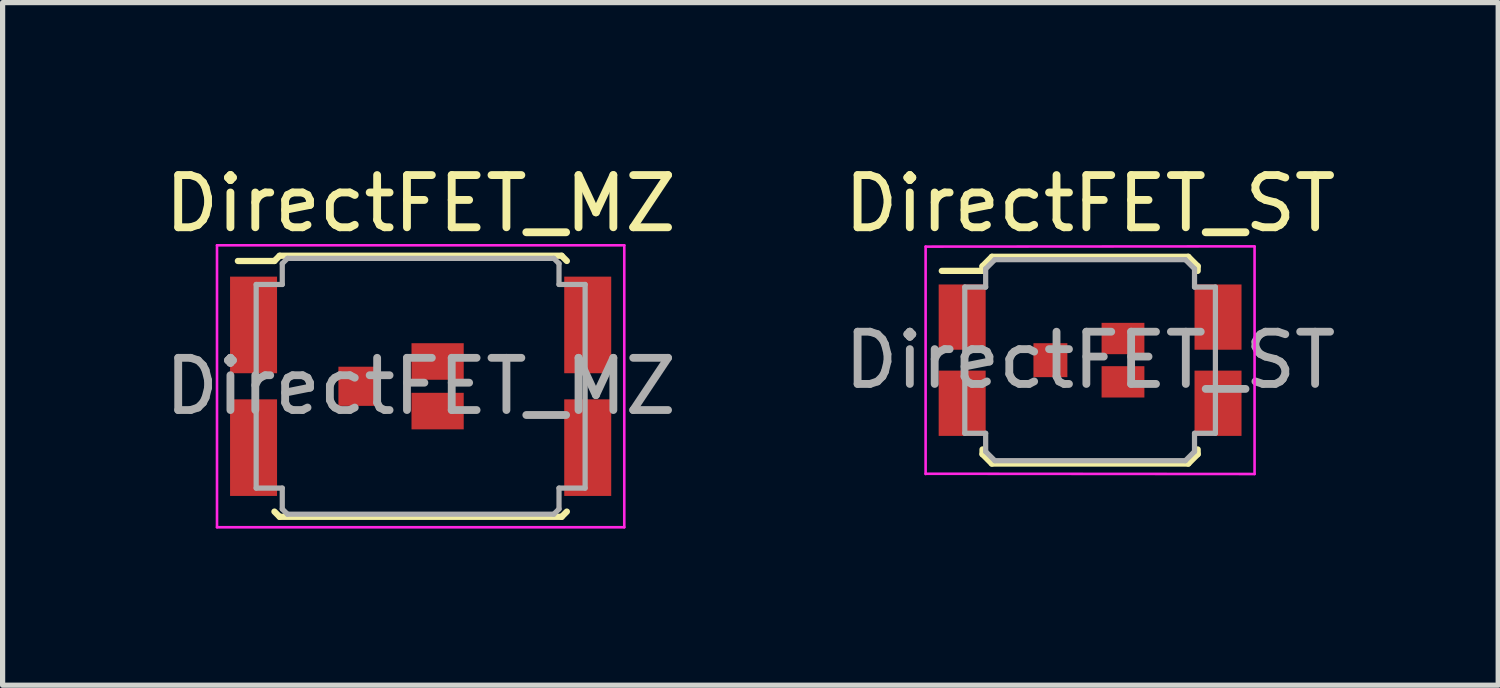
<source format=kicad_pcb>
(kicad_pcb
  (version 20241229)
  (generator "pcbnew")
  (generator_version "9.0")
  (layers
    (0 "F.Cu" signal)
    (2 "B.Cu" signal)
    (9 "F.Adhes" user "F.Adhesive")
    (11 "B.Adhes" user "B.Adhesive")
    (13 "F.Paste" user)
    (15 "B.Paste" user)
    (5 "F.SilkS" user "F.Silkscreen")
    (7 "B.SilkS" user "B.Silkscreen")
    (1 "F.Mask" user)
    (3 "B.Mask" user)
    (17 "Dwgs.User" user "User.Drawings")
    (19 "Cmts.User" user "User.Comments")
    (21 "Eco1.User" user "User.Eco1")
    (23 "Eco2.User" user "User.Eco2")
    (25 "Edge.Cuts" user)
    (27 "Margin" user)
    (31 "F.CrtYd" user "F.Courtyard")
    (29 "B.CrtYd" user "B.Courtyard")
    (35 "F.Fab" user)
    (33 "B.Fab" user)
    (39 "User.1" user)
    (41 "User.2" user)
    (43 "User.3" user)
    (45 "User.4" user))
  (footprint "DirectFET_ST"
    (layer "F.Cu")
    (at 17.827 3.848)
    (property "Reference" "DirectFET_ST" (at 0 -3 0) (layer "F.SilkS") (effects (font (size 1 1) (thickness 0.15))))
    (attr smd)
    (fp_line (start -2.84 -1.71) (end -2.06 -1.71) (stroke (width 0.12) (type solid)) (layer "F.SilkS"))
    (fp_line (start -2.06 -1.8) (end -1.88 -1.98) (stroke (width 0.12) (type solid)) (layer "F.SilkS"))
    (fp_line (start -2.06 -1.71) (end -2.06 -1.8) (stroke (width 0.12) (type solid)) (layer "F.SilkS"))
    (fp_line (start -2.06 1.71) (end -2.06 1.8) (stroke (width 0.12) (type solid)) (layer "F.SilkS"))
    (fp_line (start -2.06 1.8) (end -1.88 1.98) (stroke (width 0.12) (type solid)) (layer "F.SilkS"))
    (fp_line (start -1.88 -1.98) (end 1.88 -1.98) (stroke (width 0.12) (type solid)) (layer "F.SilkS"))
    (fp_line (start -1.88 1.98) (end 1.88 1.98) (stroke (width 0.12) (type solid)) (layer "F.SilkS"))
    (fp_line (start 2.06 -1.8) (end 1.88 -1.98) (stroke (width 0.12) (type solid)) (layer "F.SilkS"))
    (fp_line (start 2.06 -1.71) (end 2.06 -1.8) (stroke (width 0.12) (type solid)) (layer "F.SilkS"))
    (fp_line (start 2.06 1.71) (end 2.06 1.8) (stroke (width 0.12) (type solid)) (layer "F.SilkS"))
    (fp_line (start 2.06 1.8) (end 1.88 1.98) (stroke (width 0.12) (type solid)) (layer "F.SilkS"))
    (fp_line (start -3.15 -2.175) (end -3.15 2.18) (stroke (width 0.05) (type solid)) (layer "F.CrtYd"))
    (fp_line (start -3.15 -2.175) (end 3.15 -2.18) (stroke (width 0.05) (type solid)) (layer "F.CrtYd"))
    (fp_line (start -3.15 2.175) (end 3.15 2.18) (stroke (width 0.05) (type solid)) (layer "F.CrtYd"))
    (fp_line (start 3.15 -2.175) (end 3.15 2.18) (stroke (width 0.05) (type solid)) (layer "F.CrtYd"))
    (fp_line (start -2.4 -1.4) (end -2 -1.4) (stroke (width 0.1) (type solid)) (layer "F.Fab"))
    (fp_line (start -2.4 1.4) (end -2.4 -1.4) (stroke (width 0.1) (type solid)) (layer "F.Fab"))
    (fp_line (start -2.4 1.4) (end -2 1.4) (stroke (width 0.1) (type solid)) (layer "F.Fab"))
    (fp_line (start -2 -1.75) (end -1.825 -1.925) (stroke (width 0.1) (type solid)) (layer "F.Fab"))
    (fp_line (start -2 -1.4) (end -2 -1.75) (stroke (width 0.1) (type solid)) (layer "F.Fab"))
    (fp_line (start -2 1.4) (end -2 1.75) (stroke (width 0.1) (type solid)) (layer "F.Fab"))
    (fp_line (start -2 1.75) (end -1.825 1.925) (stroke (width 0.1) (type solid)) (layer "F.Fab"))
    (fp_line (start -1.825 -1.925) (end 1.825 -1.925) (stroke (width 0.1) (type solid)) (layer "F.Fab"))
    (fp_line (start -1.825 1.925) (end 1.825 1.925) (stroke (width 0.1) (type solid)) (layer "F.Fab"))
    (fp_line (start 1.825 -1.925) (end 2 -1.75) (stroke (width 0.1) (type solid)) (layer "F.Fab"))
    (fp_line (start 1.825 1.925) (end 2 1.75) (stroke (width 0.1) (type solid)) (layer "F.Fab"))
    (fp_line (start 2 -1.4) (end 2 -1.75) (stroke (width 0.1) (type solid)) (layer "F.Fab"))
    (fp_line (start 2 1.4) (end 2 1.75) (stroke (width 0.1) (type solid)) (layer "F.Fab"))
    (fp_line (start 2.4 -1.4) (end 2 -1.4) (stroke (width 0.1) (type solid)) (layer "F.Fab"))
    (fp_line (start 2.4 1.4) (end 2 1.4) (stroke (width 0.1) (type solid)) (layer "F.Fab"))
    (fp_line (start 2.4 1.4) (end 2.4 -1.4) (stroke (width 0.1) (type solid)) (layer "F.Fab"))
    (fp_text user "${REFERENCE}" (at 0 0 0) (layer "F.Fab") (effects (font (size 1 1) (thickness 0.15))))
    (pad "1" smd rect (at -2.45 -0.825) (size 0.9 1.25) (layers "F.Cu" "F.Mask" "F.Paste"))
    (pad "1" smd rect (at -2.45 0.825) (size 0.9 1.25) (layers "F.Cu" "F.Mask" "F.Paste"))
    (pad "1" smd rect (at 2.45 -0.825) (size 0.9 1.25) (layers "F.Cu" "F.Mask" "F.Paste"))
    (pad "1" smd rect (at 2.45 0.825) (size 0.9 1.25) (layers "F.Cu" "F.Mask" "F.Paste"))
    (pad "2" smd rect (at -0.76 0) (size 0.65 0.65) (layers "F.Cu" "F.Mask" "F.Paste"))
    (pad "3" smd rect (at 0.63 -0.415) (size 0.82 0.6) (layers "F.Cu" "F.Mask" "F.Paste"))
    (pad "3" smd rect (at 0.63 0.415) (size 0.82 0.6) (layers "F.Cu" "F.Mask" "F.Paste")))
  (footprint "DirectFET_MZ"
    (layer "F.Cu")
    (at 5.006 4.348)
    (property "Reference" "DirectFET_MZ" (at 0 -3.5 0) (layer "F.SilkS") (effects (font (size 1 1) (thickness 0.15))))
    (attr smd)
    (fp_line (start -3.5 -2.4) (end -2.8 -2.4) (stroke (width 0.12) (type solid)) (layer "F.SilkS"))
    (fp_line (start -2.8 -2.4) (end -2.7 -2.5) (stroke (width 0.12) (type solid)) (layer "F.SilkS"))
    (fp_line (start -2.7 -2.5) (end 2.7 -2.5) (stroke (width 0.12) (type solid)) (layer "F.SilkS"))
    (fp_line (start -2.7 2.5) (end -2.8 2.4) (stroke (width 0.12) (type solid)) (layer "F.SilkS"))
    (fp_line (start 2.7 -2.5) (end 2.8 -2.4) (stroke (width 0.12) (type solid)) (layer "F.SilkS"))
    (fp_line (start 2.7 2.5) (end -2.7 2.5) (stroke (width 0.12) (type solid)) (layer "F.SilkS"))
    (fp_line (start 2.8 2.4) (end 2.7 2.5) (stroke (width 0.12) (type solid)) (layer "F.SilkS"))
    (fp_line (start -3.9 -2.7) (end -3.9 2.7) (stroke (width 0.05) (type solid)) (layer "F.CrtYd"))
    (fp_line (start -3.9 2.7) (end 3.9 2.7) (stroke (width 0.05) (type solid)) (layer "F.CrtYd"))
    (fp_line (start 3.9 -2.7) (end -3.9 -2.7) (stroke (width 0.05) (type solid)) (layer "F.CrtYd"))
    (fp_line (start 3.9 2.7) (end 3.9 -2.7) (stroke (width 0.05) (type solid)) (layer "F.CrtYd"))
    (fp_line (start -3.15 -1.95) (end -2.65 -1.95) (stroke (width 0.1) (type solid)) (layer "F.Fab"))
    (fp_line (start -3.15 1.95) (end -3.15 -1.95) (stroke (width 0.1) (type solid)) (layer "F.Fab"))
    (fp_line (start -3.15 1.95) (end -2.65 1.95) (stroke (width 0.1) (type solid)) (layer "F.Fab"))
    (fp_line (start -2.65 -2.35) (end -2.55 -2.45) (stroke (width 0.1) (type solid)) (layer "F.Fab"))
    (fp_line (start -2.65 -1.95) (end -2.65 -2.35) (stroke (width 0.1) (type solid)) (layer "F.Fab"))
    (fp_line (start -2.65 1.95) (end -2.65 2.35) (stroke (width 0.1) (type solid)) (layer "F.Fab"))
    (fp_line (start -2.65 2.35) (end -2.55 2.45) (stroke (width 0.1) (type solid)) (layer "F.Fab"))
    (fp_line (start -2.55 2.45) (end 2.55 2.45) (stroke (width 0.1) (type solid)) (layer "F.Fab"))
    (fp_line (start 2.55 -2.45) (end -2.55 -2.45) (stroke (width 0.1) (type solid)) (layer "F.Fab"))
    (fp_line (start 2.55 -2.45) (end 2.65 -2.35) (stroke (width 0.1) (type solid)) (layer "F.Fab"))
    (fp_line (start 2.65 -2.35) (end 2.65 -1.95) (stroke (width 0.1) (type solid)) (layer "F.Fab"))
    (fp_line (start 2.65 -1.95) (end 3.15 -1.95) (stroke (width 0.1) (type solid)) (layer "F.Fab"))
    (fp_line (start 2.65 1.95) (end 2.65 2.35) (stroke (width 0.1) (type solid)) (layer "F.Fab"))
    (fp_line (start 2.65 2.35) (end 2.55 2.45) (stroke (width 0.1) (type solid)) (layer "F.Fab"))
    (fp_line (start 3.15 -1.95) (end 3.15 1.95) (stroke (width 0.1) (type solid)) (layer "F.Fab"))
    (fp_line (start 3.15 1.95) (end 2.65 1.95) (stroke (width 0.1) (type solid)) (layer "F.Fab"))
    (fp_text user "${REFERENCE}" (at 0 0 0) (layer "F.Fab") (effects (font (size 1 1) (thickness 0.15))))
    (pad "1" smd rect (at -3.2 -1.175) (size 0.9 1.85) (layers "F.Cu" "F.Mask" "F.Paste"))
    (pad "1" smd rect (at -3.2 1.175) (size 0.9 1.85) (layers "F.Cu" "F.Mask" "F.Paste"))
    (pad "1" smd rect (at 3.2 -1.175) (size 0.9 1.85) (layers "F.Cu" "F.Mask" "F.Paste"))
    (pad "1" smd rect (at 3.2 1.175) (size 0.9 1.85) (layers "F.Cu" "F.Mask" "F.Paste"))
    (pad "2" smd rect (at -1.2 0) (size 0.75 0.75) (layers "F.Cu" "F.Mask" "F.Paste"))
    (pad "3" smd rect (at 0.325 -0.475) (size 1 0.7) (layers "F.Cu" "F.Mask" "F.Paste"))
    (pad "3" smd rect (at 0.325 0.475) (size 1 0.7) (layers "F.Cu" "F.Mask" "F.Paste")))
  (gr_rect
    (start -3 -3)
    (end 25.643 10.073)
    (stroke (width 0.1) (type default))
    (fill no)
    (layer "Edge.Cuts")))
</source>
